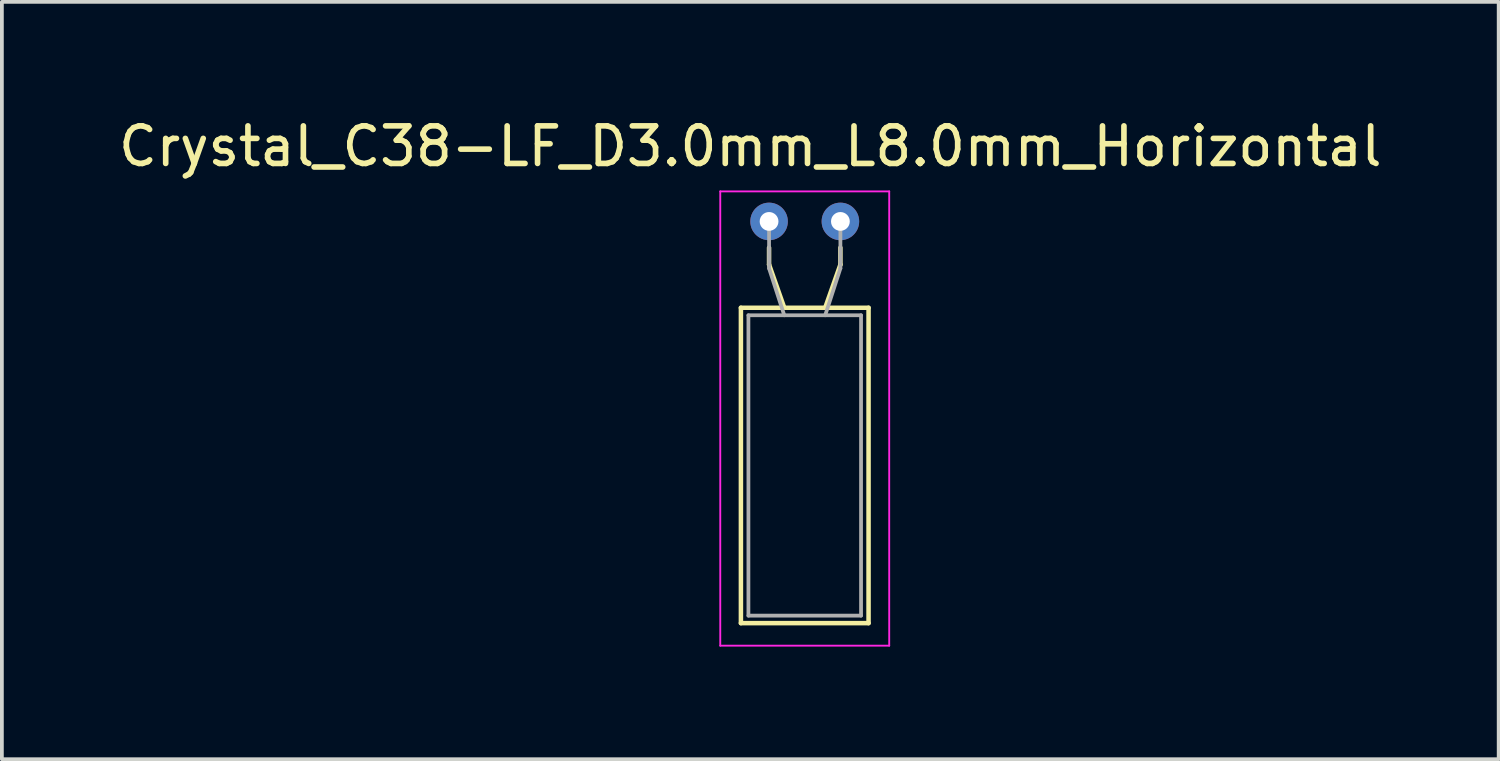
<source format=kicad_pcb>
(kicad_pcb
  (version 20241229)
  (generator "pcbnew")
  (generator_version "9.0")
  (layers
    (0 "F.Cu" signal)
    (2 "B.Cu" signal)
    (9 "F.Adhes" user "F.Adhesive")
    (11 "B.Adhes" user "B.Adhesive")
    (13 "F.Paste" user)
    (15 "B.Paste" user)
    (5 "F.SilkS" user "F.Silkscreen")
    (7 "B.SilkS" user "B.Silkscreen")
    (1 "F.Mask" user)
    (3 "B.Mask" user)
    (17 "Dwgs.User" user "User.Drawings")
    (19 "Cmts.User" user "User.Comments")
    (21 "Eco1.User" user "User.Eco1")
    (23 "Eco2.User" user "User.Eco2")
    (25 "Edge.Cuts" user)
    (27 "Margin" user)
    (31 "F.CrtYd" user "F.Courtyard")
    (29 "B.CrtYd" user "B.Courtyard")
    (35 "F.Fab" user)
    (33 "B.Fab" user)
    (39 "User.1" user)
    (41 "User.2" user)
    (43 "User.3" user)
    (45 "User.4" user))
  (footprint "Crystal_C38-LF_D3.0mm_L8.0mm_Horizontal"
    (layer "F.Cu")
    (at 17.435 2.848)
    (property "Reference" "Crystal_C38-LF_D3.0mm_L8.0mm_Horizontal" (at -0.5 -2 0) (layer "F.SilkS") (effects (font (size 1 1) (thickness 0.15))))
    (attr through_hole)
    (fp_line (start -0.75 2.3) (end -0.75 10.7) (stroke (width 0.12) (type solid)) (layer "F.SilkS"))
    (fp_line (start -0.75 10.7) (end 2.65 10.7) (stroke (width 0.12) (type solid)) (layer "F.SilkS"))
    (fp_line (start 0 1.15) (end 0 0.7) (stroke (width 0.12) (type solid)) (layer "F.SilkS"))
    (fp_line (start 0.405 2.3) (end 0 1.15) (stroke (width 0.12) (type solid)) (layer "F.SilkS"))
    (fp_line (start 1.495 2.3) (end 1.9 1.15) (stroke (width 0.12) (type solid)) (layer "F.SilkS"))
    (fp_line (start 1.9 1.15) (end 1.9 0.7) (stroke (width 0.12) (type solid)) (layer "F.SilkS"))
    (fp_line (start 2.65 2.3) (end -0.75 2.3) (stroke (width 0.12) (type solid)) (layer "F.SilkS"))
    (fp_line (start 2.65 10.7) (end 2.65 2.3) (stroke (width 0.12) (type solid)) (layer "F.SilkS"))
    (fp_line (start -1.3 -0.8) (end -1.3 11.3) (stroke (width 0.05) (type solid)) (layer "F.CrtYd"))
    (fp_line (start -1.3 11.3) (end 3.2 11.3) (stroke (width 0.05) (type solid)) (layer "F.CrtYd"))
    (fp_line (start 3.2 -0.8) (end -1.3 -0.8) (stroke (width 0.05) (type solid)) (layer "F.CrtYd"))
    (fp_line (start 3.2 11.3) (end 3.2 -0.8) (stroke (width 0.05) (type solid)) (layer "F.CrtYd"))
    (fp_line (start -0.55 2.5) (end -0.55 10.5) (stroke (width 0.1) (type solid)) (layer "F.Fab"))
    (fp_line (start -0.55 10.5) (end 2.45 10.5) (stroke (width 0.1) (type solid)) (layer "F.Fab"))
    (fp_line (start 0 1.25) (end 0 0) (stroke (width 0.1) (type solid)) (layer "F.Fab"))
    (fp_line (start 0.405 2.5) (end 0 1.25) (stroke (width 0.1) (type solid)) (layer "F.Fab"))
    (fp_line (start 1.495 2.5) (end 1.9 1.25) (stroke (width 0.1) (type solid)) (layer "F.Fab"))
    (fp_line (start 1.9 1.25) (end 1.9 0) (stroke (width 0.1) (type solid)) (layer "F.Fab"))
    (fp_line (start 2.45 2.5) (end -0.55 2.5) (stroke (width 0.1) (type solid)) (layer "F.Fab"))
    (fp_line (start 2.45 10.5) (end 2.45 2.5) (stroke (width 0.1) (type solid)) (layer "F.Fab"))
    (pad "1" thru_hole circle (at 0 0 180) (size 1 1) (drill 0.5) (layers "*.Cu" "*.Mask"))
    (pad "2" thru_hole circle (at 1.9 0 180) (size 1 1) (drill 0.5) (layers "*.Cu" "*.Mask")))
  (gr_rect
    (start -3 -3)
    (end 36.869 17.173)
    (stroke (width 0.1) (type default))
    (fill no)
    (layer "Edge.Cuts")))
</source>
